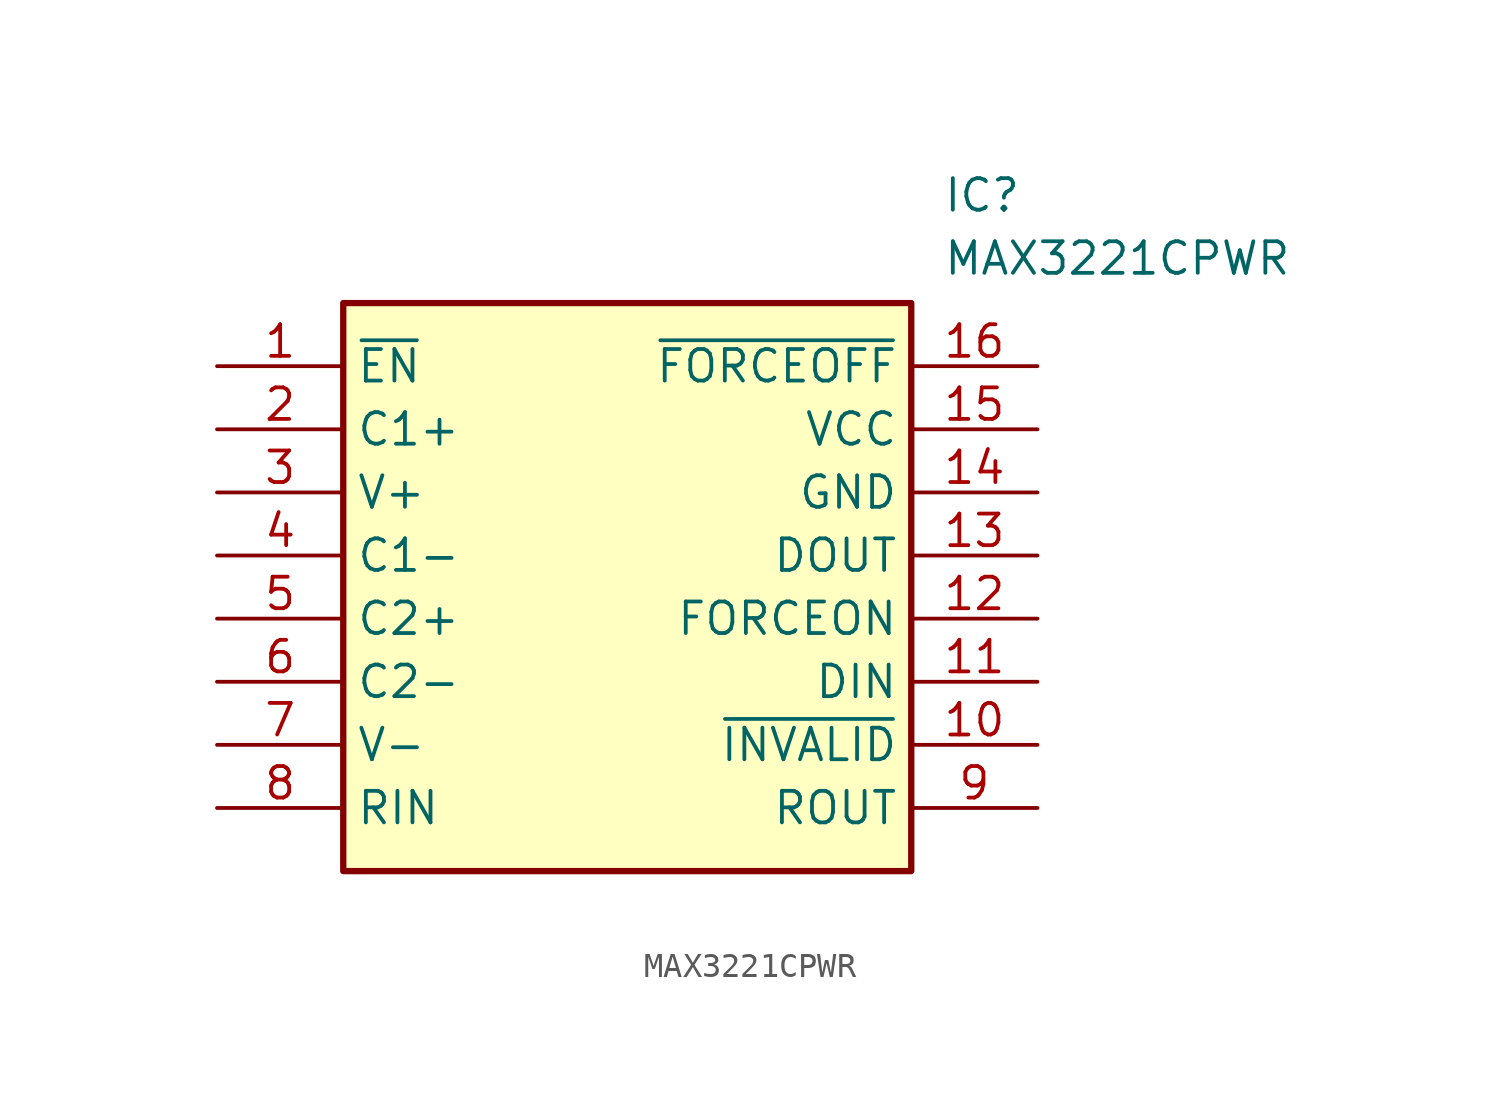
<source format=kicad_sym>
(kicad_symbol_lib
  (version 20211014)
  (generator SamacSys_ECAD_Model)
  (symbol "MAX3221CPWR"
    (property "Reference" "IC"
      (at 29.21 7.62 0)
      (effects (font (size 1.27 1.27)) (justify left top)))
    (property "Value" "MAX3221CPWR"
      (at 29.21 5.08 0)
      (effects (font (size 1.27 1.27)) (justify left top)))
    (rectangle
      (start 5.08 2.54)
      (end 27.94 -20.32)
      (stroke (width 0.254) (type default))
      (fill (type background)))
    (pin passive line
      (at 0 0 0)
      (length 5.08)
      (name "~{EN}" (effects (font (size 1.27 1.27))))
      (number "1" (effects (font (size 1.27 1.27)))))
    (pin passive line
      (at 0 -2.54 0)
      (length 5.08)
      (name "C1+" (effects (font (size 1.27 1.27))))
      (number "2" (effects (font (size 1.27 1.27)))))
    (pin passive line
      (at 0 -5.08 0)
      (length 5.08)
      (name "V+" (effects (font (size 1.27 1.27))))
      (number "3" (effects (font (size 1.27 1.27)))))
    (pin passive line
      (at 0 -7.62 0)
      (length 5.08)
      (name "C1-" (effects (font (size 1.27 1.27))))
      (number "4" (effects (font (size 1.27 1.27)))))
    (pin passive line
      (at 0 -10.16 0)
      (length 5.08)
      (name "C2+" (effects (font (size 1.27 1.27))))
      (number "5" (effects (font (size 1.27 1.27)))))
    (pin passive line
      (at 0 -12.7 0)
      (length 5.08)
      (name "C2-" (effects (font (size 1.27 1.27))))
      (number "6" (effects (font (size 1.27 1.27)))))
    (pin passive line
      (at 0 -15.24 0)
      (length 5.08)
      (name "V-" (effects (font (size 1.27 1.27))))
      (number "7" (effects (font (size 1.27 1.27)))))
    (pin passive line
      (at 0 -17.78 0)
      (length 5.08)
      (name "RIN" (effects (font (size 1.27 1.27))))
      (number "8" (effects (font (size 1.27 1.27)))))
    (pin passive line
      (at 33.02 0 180)
      (length 5.08)
      (name "~{FORCEOFF}" (effects (font (size 1.27 1.27))))
      (number "16" (effects (font (size 1.27 1.27)))))
    (pin passive line
      (at 33.02 -2.54 180)
      (length 5.08)
      (name "VCC" (effects (font (size 1.27 1.27))))
      (number "15" (effects (font (size 1.27 1.27)))))
    (pin passive line
      (at 33.02 -5.08 180)
      (length 5.08)
      (name "GND" (effects (font (size 1.27 1.27))))
      (number "14" (effects (font (size 1.27 1.27)))))
    (pin passive line
      (at 33.02 -7.62 180)
      (length 5.08)
      (name "DOUT" (effects (font (size 1.27 1.27))))
      (number "13" (effects (font (size 1.27 1.27)))))
    (pin passive line
      (at 33.02 -10.16 180)
      (length 5.08)
      (name "FORCEON" (effects (font (size 1.27 1.27))))
      (number "12" (effects (font (size 1.27 1.27)))))
    (pin passive line
      (at 33.02 -12.7 180)
      (length 5.08)
      (name "DIN" (effects (font (size 1.27 1.27))))
      (number "11" (effects (font (size 1.27 1.27)))))
    (pin passive line
      (at 33.02 -15.24 180)
      (length 5.08)
      (name "~{INVALID}" (effects (font (size 1.27 1.27))))
      (number "10" (effects (font (size 1.27 1.27)))))
    (pin passive line
      (at 33.02 -17.78 180)
      (length 5.08)
      (name "ROUT" (effects (font (size 1.27 1.27))))
      (number "9" (effects (font (size 1.27 1.27)))))))
</source>
